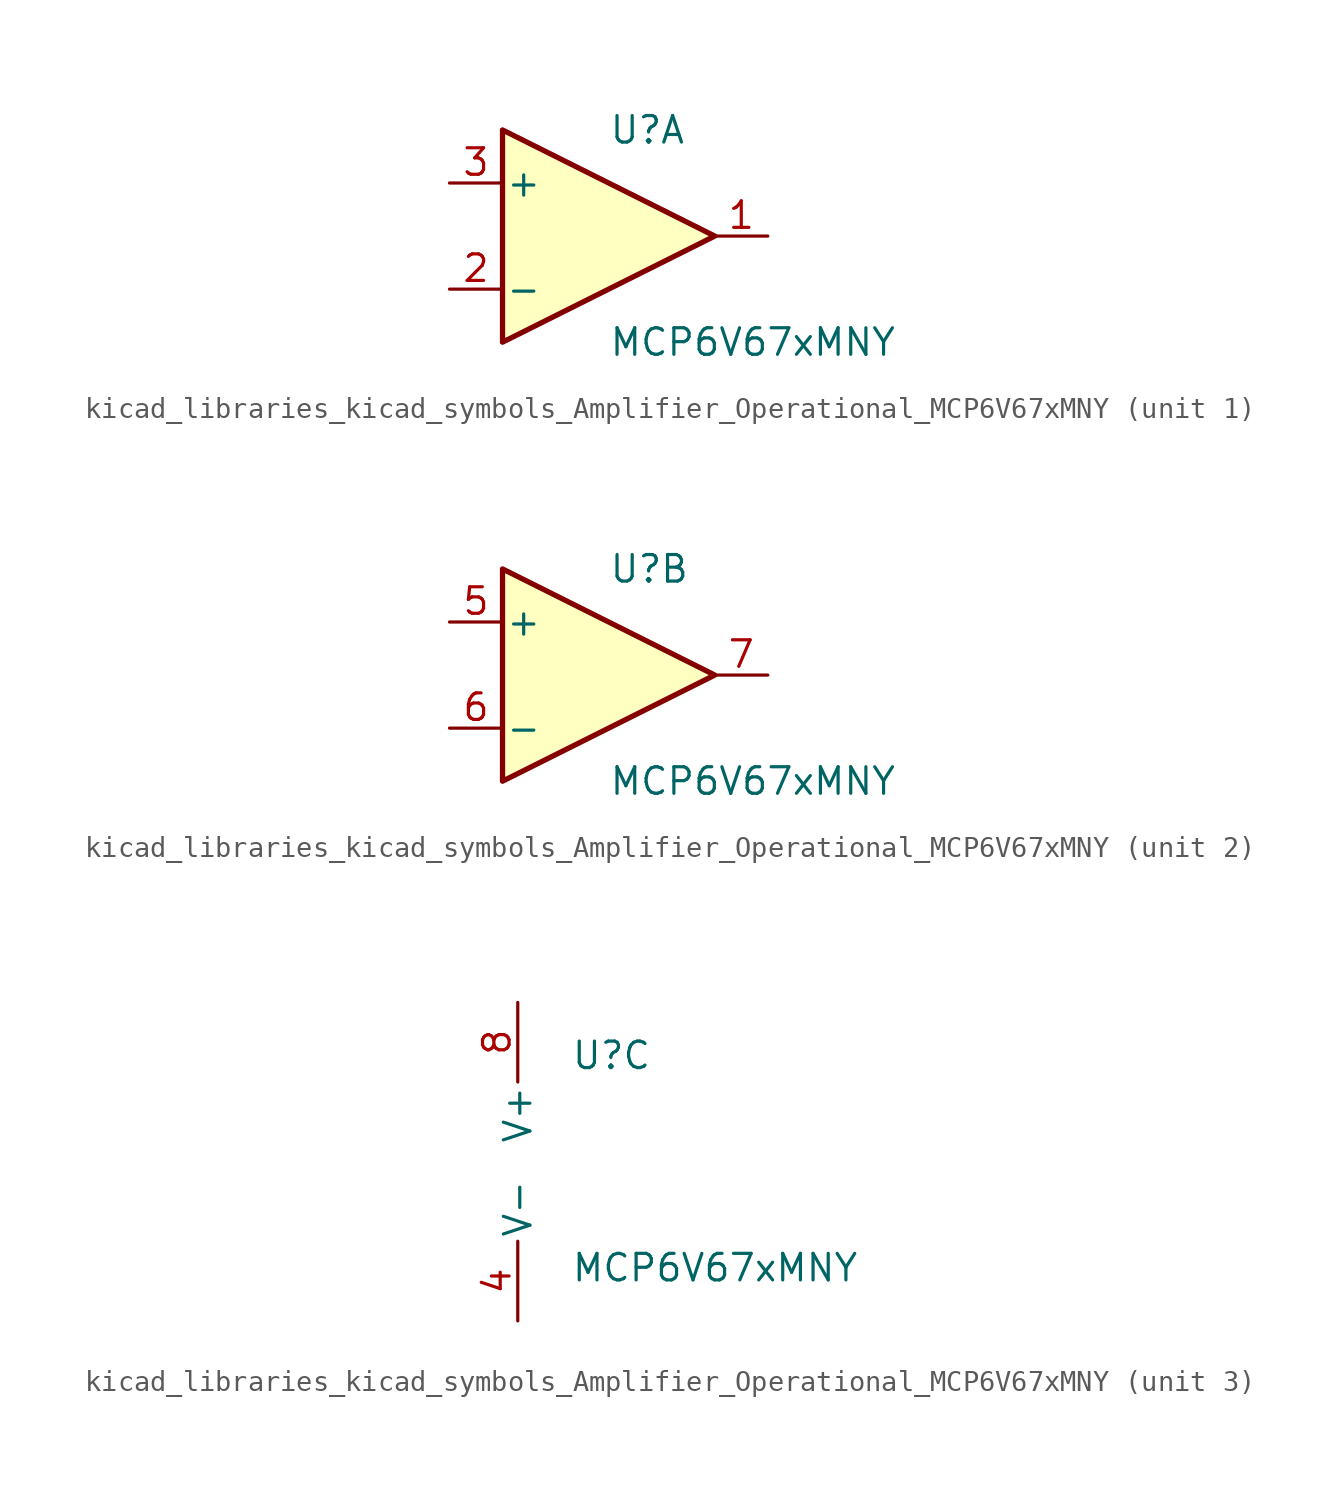
<source format=kicad_sym>
(kicad_symbol_lib
  (version 20220914)
  (generator kicad_symbol_editor)
  (symbol "kicad_libraries_kicad_symbols_Amplifier_Operational_MCP6V67xMNY"
    (pin_names
      (offset 0.127))
    (property "Reference" "U"
      (at 0 5.08 0)
      (effects (font (size 1.27 1.27)) (justify left)))
    (property "Value" "MCP6V67xMNY"
      (at 0 -5.08 0)
      (effects (font (size 1.27 1.27)) (justify left)))
    (property "ki_locked" ""
      (at 0 0 0)
      (effects (font (size 1.27 1.27))))
    (symbol "kicad_libraries_kicad_symbols_Amplifier_Operational_MCP6V67xMNY_1_1"
      (polyline (pts (xy -5.08 5.08) (xy 5.08 0) (xy -5.08 -5.08) (xy -5.08 5.08)) (stroke (width 0.254) (type default)) (fill (type background)))
      (pin output line (at 7.62 0 180) (length 2.54) (name "~" (effects (font (size 1.27 1.27)))) (number "1" (effects (font (size 1.27 1.27)))))
      (pin input line (at -7.62 -2.54 0) (length 2.54) (name "-" (effects (font (size 1.27 1.27)))) (number "2" (effects (font (size 1.27 1.27)))))
      (pin input line (at -7.62 2.54 0) (length 2.54) (name "+" (effects (font (size 1.27 1.27)))) (number "3" (effects (font (size 1.27 1.27))))))
    (symbol "kicad_libraries_kicad_symbols_Amplifier_Operational_MCP6V67xMNY_2_1"
      (polyline (pts (xy -5.08 5.08) (xy 5.08 0) (xy -5.08 -5.08) (xy -5.08 5.08)) (stroke (width 0.254) (type default)) (fill (type background)))
      (pin input line (at -7.62 2.54 0) (length 2.54) (name "+" (effects (font (size 1.27 1.27)))) (number "5" (effects (font (size 1.27 1.27)))))
      (pin input line (at -7.62 -2.54 0) (length 2.54) (name "-" (effects (font (size 1.27 1.27)))) (number "6" (effects (font (size 1.27 1.27)))))
      (pin output line (at 7.62 0 180) (length 2.54) (name "~" (effects (font (size 1.27 1.27)))) (number "7" (effects (font (size 1.27 1.27))))))
    (symbol "kicad_libraries_kicad_symbols_Amplifier_Operational_MCP6V67xMNY_3_1"
      (pin power_in line (at -2.54 -7.62 90) (length 3.81) (name "V-" (effects (font (size 1.27 1.27)))) (number "4" (effects (font (size 1.27 1.27)))))
      (pin power_in line (at -2.54 7.62 270) (length 3.81) (name "V+" (effects (font (size 1.27 1.27)))) (number "8" (effects (font (size 1.27 1.27)))))
      (pin passive line (at -2.54 -7.62 90) (length 3.81) hide (name "V-" (effects (font (size 1.27 1.27)))) (number "9" (effects (font (size 1.27 1.27))))))))
</source>
